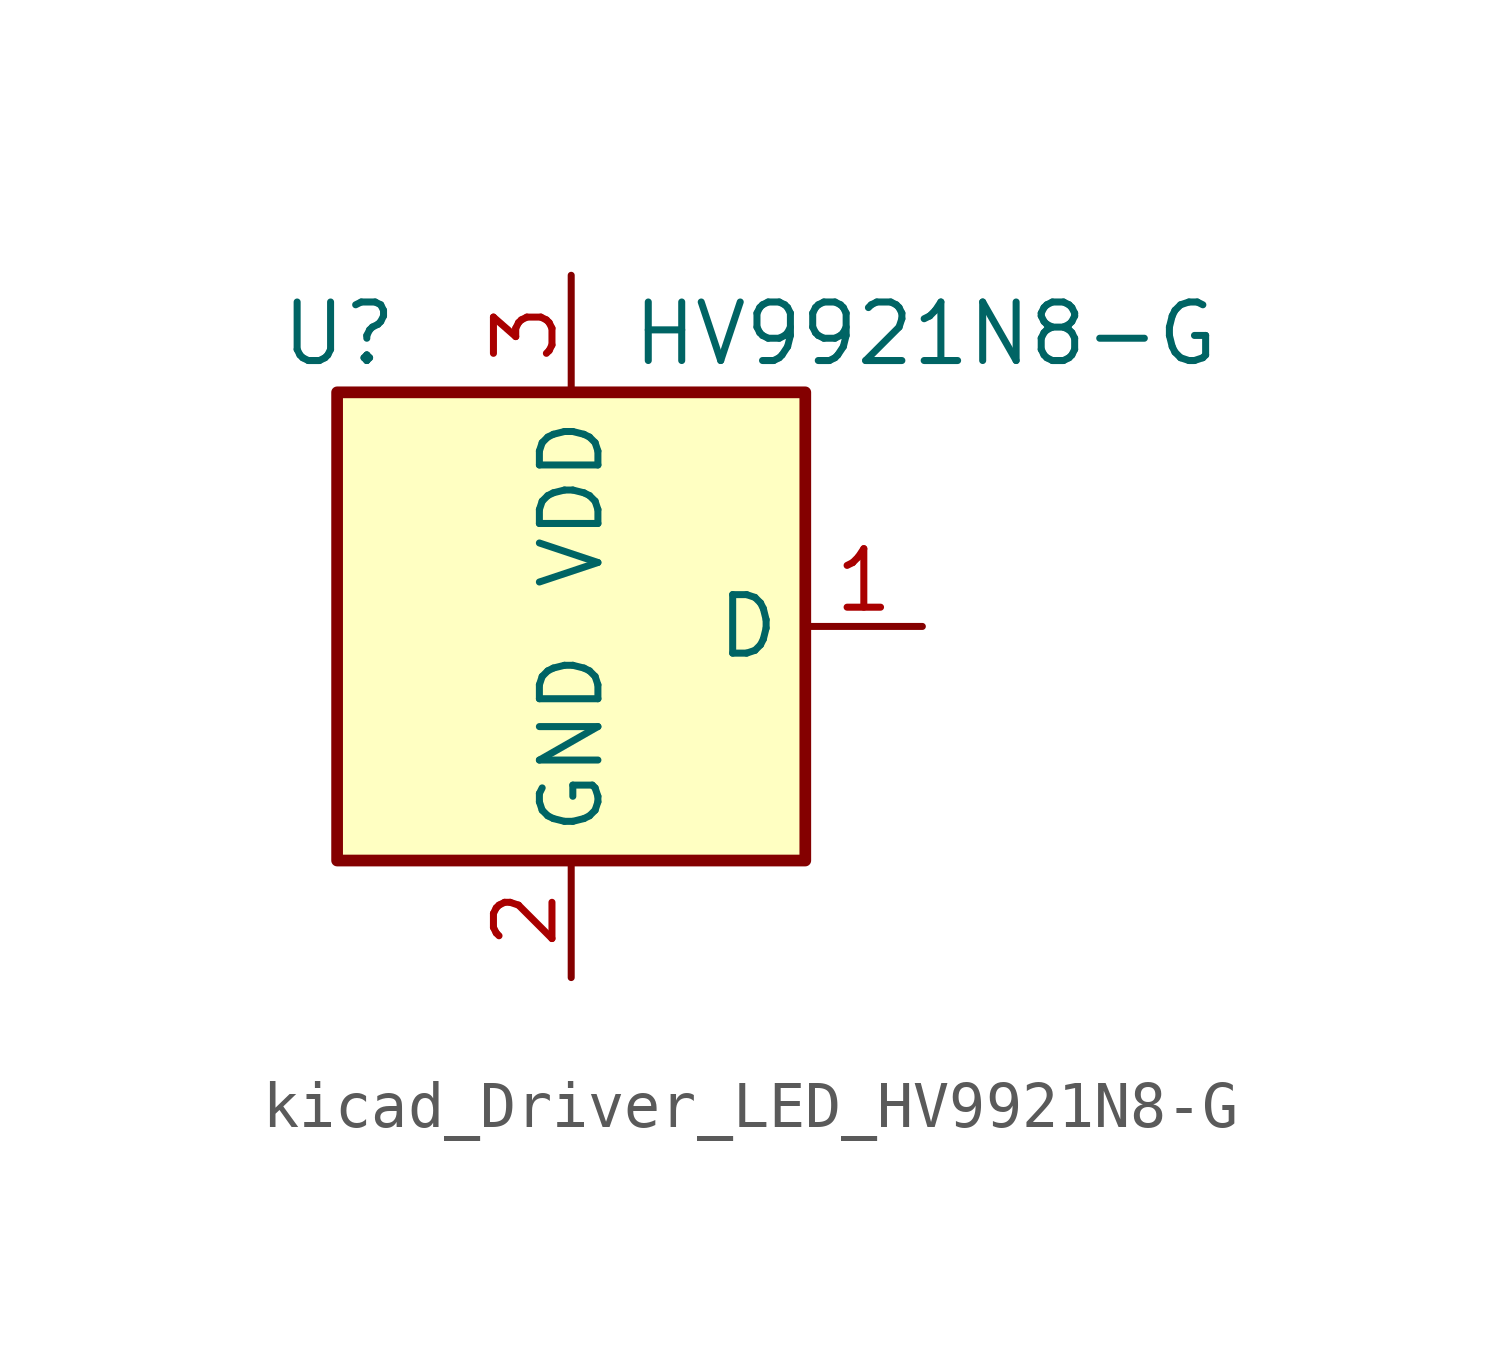
<source format=kicad_sym>
(kicad_symbol_lib
  (version 20220914)
  (generator kicad_symbol_editor)
  (symbol "kicad_Driver_LED_HV9921N8-G"
    (property "Reference" "U"
      (at -6.35 6.35 0)
      (effects (font (size 1.27 1.27)) (justify left)))
    (property "Value" "HV9921N8-G"
      (at 1.27 6.35 0)
      (effects (font (size 1.27 1.27)) (justify left)))
    (symbol "kicad_Driver_LED_HV9921N8-G_0_1"
      (rectangle (start -5.08 5.08) (end 5.08 -5.08) (stroke (width 0.254) (type default)) (fill (type background))))
    (symbol "kicad_Driver_LED_HV9921N8-G_1_1"
      (pin passive line (at 7.62 0 180) (length 2.54) (name "D" (effects (font (size 1.27 1.27)))) (number "1" (effects (font (size 1.27 1.27)))))
      (pin power_in line (at 0 -7.62 90) (length 2.54) (name "GND" (effects (font (size 1.27 1.27)))) (number "2" (effects (font (size 1.27 1.27)))))
      (pin output line (at 0 7.62 270) (length 2.54) (name "VDD" (effects (font (size 1.27 1.27)))) (number "3" (effects (font (size 1.27 1.27))))))))
</source>
